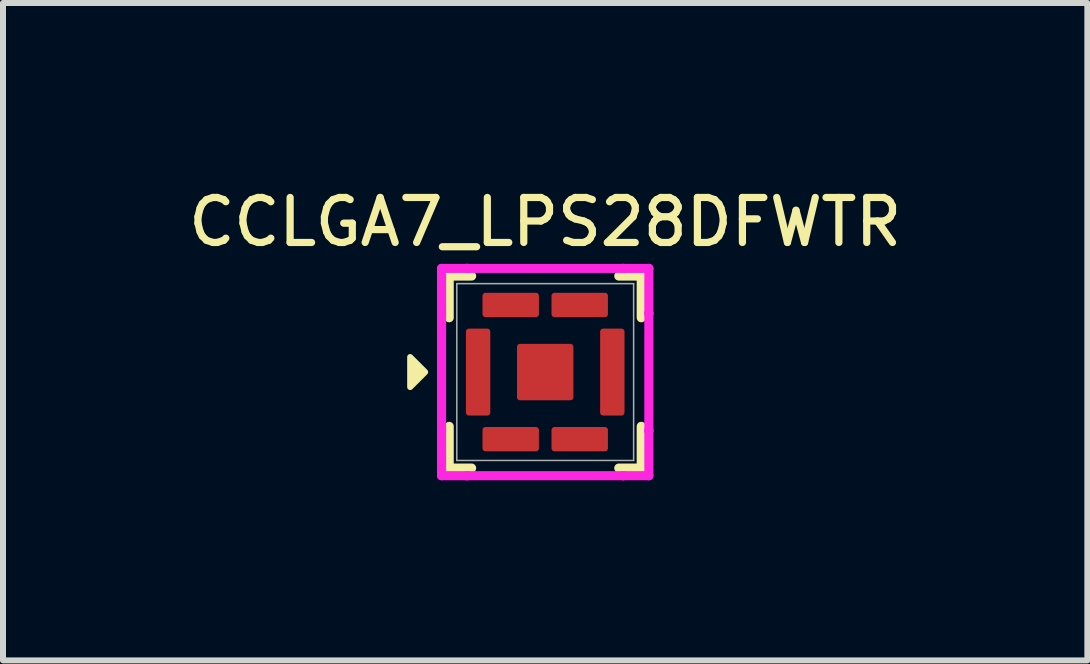
<source format=kicad_pcb>
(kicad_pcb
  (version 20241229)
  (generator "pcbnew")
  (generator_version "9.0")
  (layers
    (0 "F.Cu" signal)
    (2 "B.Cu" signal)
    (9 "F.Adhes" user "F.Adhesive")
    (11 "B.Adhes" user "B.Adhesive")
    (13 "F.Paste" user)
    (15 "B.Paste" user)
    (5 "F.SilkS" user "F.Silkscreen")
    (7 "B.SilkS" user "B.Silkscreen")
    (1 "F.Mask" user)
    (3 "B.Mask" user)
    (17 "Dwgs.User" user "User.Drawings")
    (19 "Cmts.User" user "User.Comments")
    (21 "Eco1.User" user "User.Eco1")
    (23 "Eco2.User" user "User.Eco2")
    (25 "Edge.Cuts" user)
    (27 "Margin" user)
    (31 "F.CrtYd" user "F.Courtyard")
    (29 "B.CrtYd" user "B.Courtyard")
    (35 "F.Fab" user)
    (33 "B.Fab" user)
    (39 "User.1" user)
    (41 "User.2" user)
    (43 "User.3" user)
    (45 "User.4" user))
  (footprint "CCLGA7_LPS28DFWTR"
    (layer "F.Cu")
    (at 6.034 3.149)
    (property "Reference" "CCLGA7_LPS28DFWTR" (at 0 -2.5 0) (unlocked yes) (layer "F.SilkS") (effects (font (size 0.75 0.75) (thickness 0.12))))
    (attr smd)
    (fp_line (start -1.6 -1.6) (end -1.6 -0.905) (stroke (width 0.152) (type solid)) (layer "F.SilkS"))
    (fp_line (start -1.6 0.905) (end -1.6 1.6) (stroke (width 0.152) (type solid)) (layer "F.SilkS"))
    (fp_line (start -1.6 1.6) (end -1.226 1.6) (stroke (width 0.152) (type solid)) (layer "F.SilkS"))
    (fp_line (start -1.226 -1.6) (end -1.6 -1.6) (stroke (width 0.152) (type solid)) (layer "F.SilkS"))
    (fp_line (start 1.226 1.6) (end 1.6 1.6) (stroke (width 0.152) (type solid)) (layer "F.SilkS"))
    (fp_line (start 1.6 -1.6) (end 1.226 -1.6) (stroke (width 0.152) (type solid)) (layer "F.SilkS"))
    (fp_line (start 1.6 -0.905) (end 1.6 -1.6) (stroke (width 0.152) (type solid)) (layer "F.SilkS"))
    (fp_line (start 1.6 1.6) (end 1.6 0.905) (stroke (width 0.152) (type solid)) (layer "F.SilkS"))
    (fp_poly (pts (xy -2 0) (xy -2.25 0.25) (xy -2.25 -0.25)) (stroke (width 0.1) (type solid)) (fill yes) (layer "F.SilkS"))
    (fp_line (start -1.727 -1.727) (end -1.299 -1.727) (stroke (width 0.152) (type solid)) (layer "F.CrtYd"))
    (fp_line (start -1.727 -0.978) (end -1.727 -1.727) (stroke (width 0.152) (type solid)) (layer "F.CrtYd"))
    (fp_line (start -1.727 -0.978) (end -1.727 -0.978) (stroke (width 0.152) (type solid)) (layer "F.CrtYd"))
    (fp_line (start -1.727 0.978) (end -1.727 -0.978) (stroke (width 0.152) (type solid)) (layer "F.CrtYd"))
    (fp_line (start -1.727 0.978) (end -1.727 0.978) (stroke (width 0.152) (type solid)) (layer "F.CrtYd"))
    (fp_line (start -1.727 1.727) (end -1.727 0.978) (stroke (width 0.152) (type solid)) (layer "F.CrtYd"))
    (fp_line (start -1.727 1.727) (end -1.299 1.727) (stroke (width 0.152) (type solid)) (layer "F.CrtYd"))
    (fp_line (start -1.299 -1.727) (end -1.299 -1.727) (stroke (width 0.152) (type solid)) (layer "F.CrtYd"))
    (fp_line (start -1.299 -1.727) (end 1.299 -1.727) (stroke (width 0.152) (type solid)) (layer "F.CrtYd"))
    (fp_line (start -1.299 1.727) (end -1.299 1.727) (stroke (width 0.152) (type solid)) (layer "F.CrtYd"))
    (fp_line (start -1.299 1.727) (end 1.299 1.727) (stroke (width 0.152) (type solid)) (layer "F.CrtYd"))
    (fp_line (start 1.299 -1.727) (end 1.299 -1.727) (stroke (width 0.152) (type solid)) (layer "F.CrtYd"))
    (fp_line (start 1.299 -1.727) (end 1.727 -1.727) (stroke (width 0.152) (type solid)) (layer "F.CrtYd"))
    (fp_line (start 1.299 1.727) (end 1.299 1.727) (stroke (width 0.152) (type solid)) (layer "F.CrtYd"))
    (fp_line (start 1.299 1.727) (end 1.727 1.727) (stroke (width 0.152) (type solid)) (layer "F.CrtYd"))
    (fp_line (start 1.727 -0.978) (end 1.727 -1.727) (stroke (width 0.152) (type solid)) (layer "F.CrtYd"))
    (fp_line (start 1.727 -0.978) (end 1.727 -0.978) (stroke (width 0.152) (type solid)) (layer "F.CrtYd"))
    (fp_line (start 1.727 0.978) (end 1.727 -0.978) (stroke (width 0.152) (type solid)) (layer "F.CrtYd"))
    (fp_line (start 1.727 0.978) (end 1.727 0.978) (stroke (width 0.152) (type solid)) (layer "F.CrtYd"))
    (fp_line (start 1.727 1.727) (end 1.727 0.978) (stroke (width 0.152) (type solid)) (layer "F.CrtYd"))
    (fp_line (start -1.473 -1.473) (end -1.473 1.473) (stroke (width 0.025) (type solid)) (layer "F.Fab"))
    (fp_line (start -1.473 1.473) (end 1.473 1.473) (stroke (width 0.025) (type solid)) (layer "F.Fab"))
    (fp_line (start 1.473 -1.473) (end -1.473 -1.473) (stroke (width 0.025) (type solid)) (layer "F.Fab"))
    (fp_line (start 1.473 1.473) (end 1.473 -1.473) (stroke (width 0.025) (type solid)) (layer "F.Fab"))
    (pad "1" smd roundrect (at -1.118 0 90) (size 1.448 0.406) (layers "F.Cu" "F.Mask" "F.Paste") (roundrect_rratio 0.123))
    (pad "2" smd roundrect (at -0.575 1.118) (size 0.94 0.406) (layers "F.Cu" "F.Mask" "F.Paste") (roundrect_rratio 0.123))
    (pad "3" smd roundrect (at 0.575 1.118) (size 0.94 0.406) (layers "F.Cu" "F.Mask" "F.Paste") (roundrect_rratio 0.123))
    (pad "4" smd roundrect (at 1.118 0 90) (size 1.448 0.406) (layers "F.Cu" "F.Mask" "F.Paste") (roundrect_rratio 0.123))
    (pad "5" smd roundrect (at 0.575 -1.118) (size 0.94 0.406) (layers "F.Cu" "F.Mask" "F.Paste") (roundrect_rratio 0.123))
    (pad "6" smd roundrect (at -0.575 -1.118) (size 0.94 0.406) (layers "F.Cu" "F.Mask" "F.Paste") (roundrect_rratio 0.123))
    (pad "7" smd roundrect (at 0 0) (size 0.94 0.94) (layers "F.Cu" "F.Mask" "F.Paste") (roundrect_rratio 0.053)))
  (gr_rect
    (start -3 -3)
    (end 15.067 7.953)
    (stroke (width 0.1) (type default))
    (fill no)
    (layer "Edge.Cuts")))
</source>
